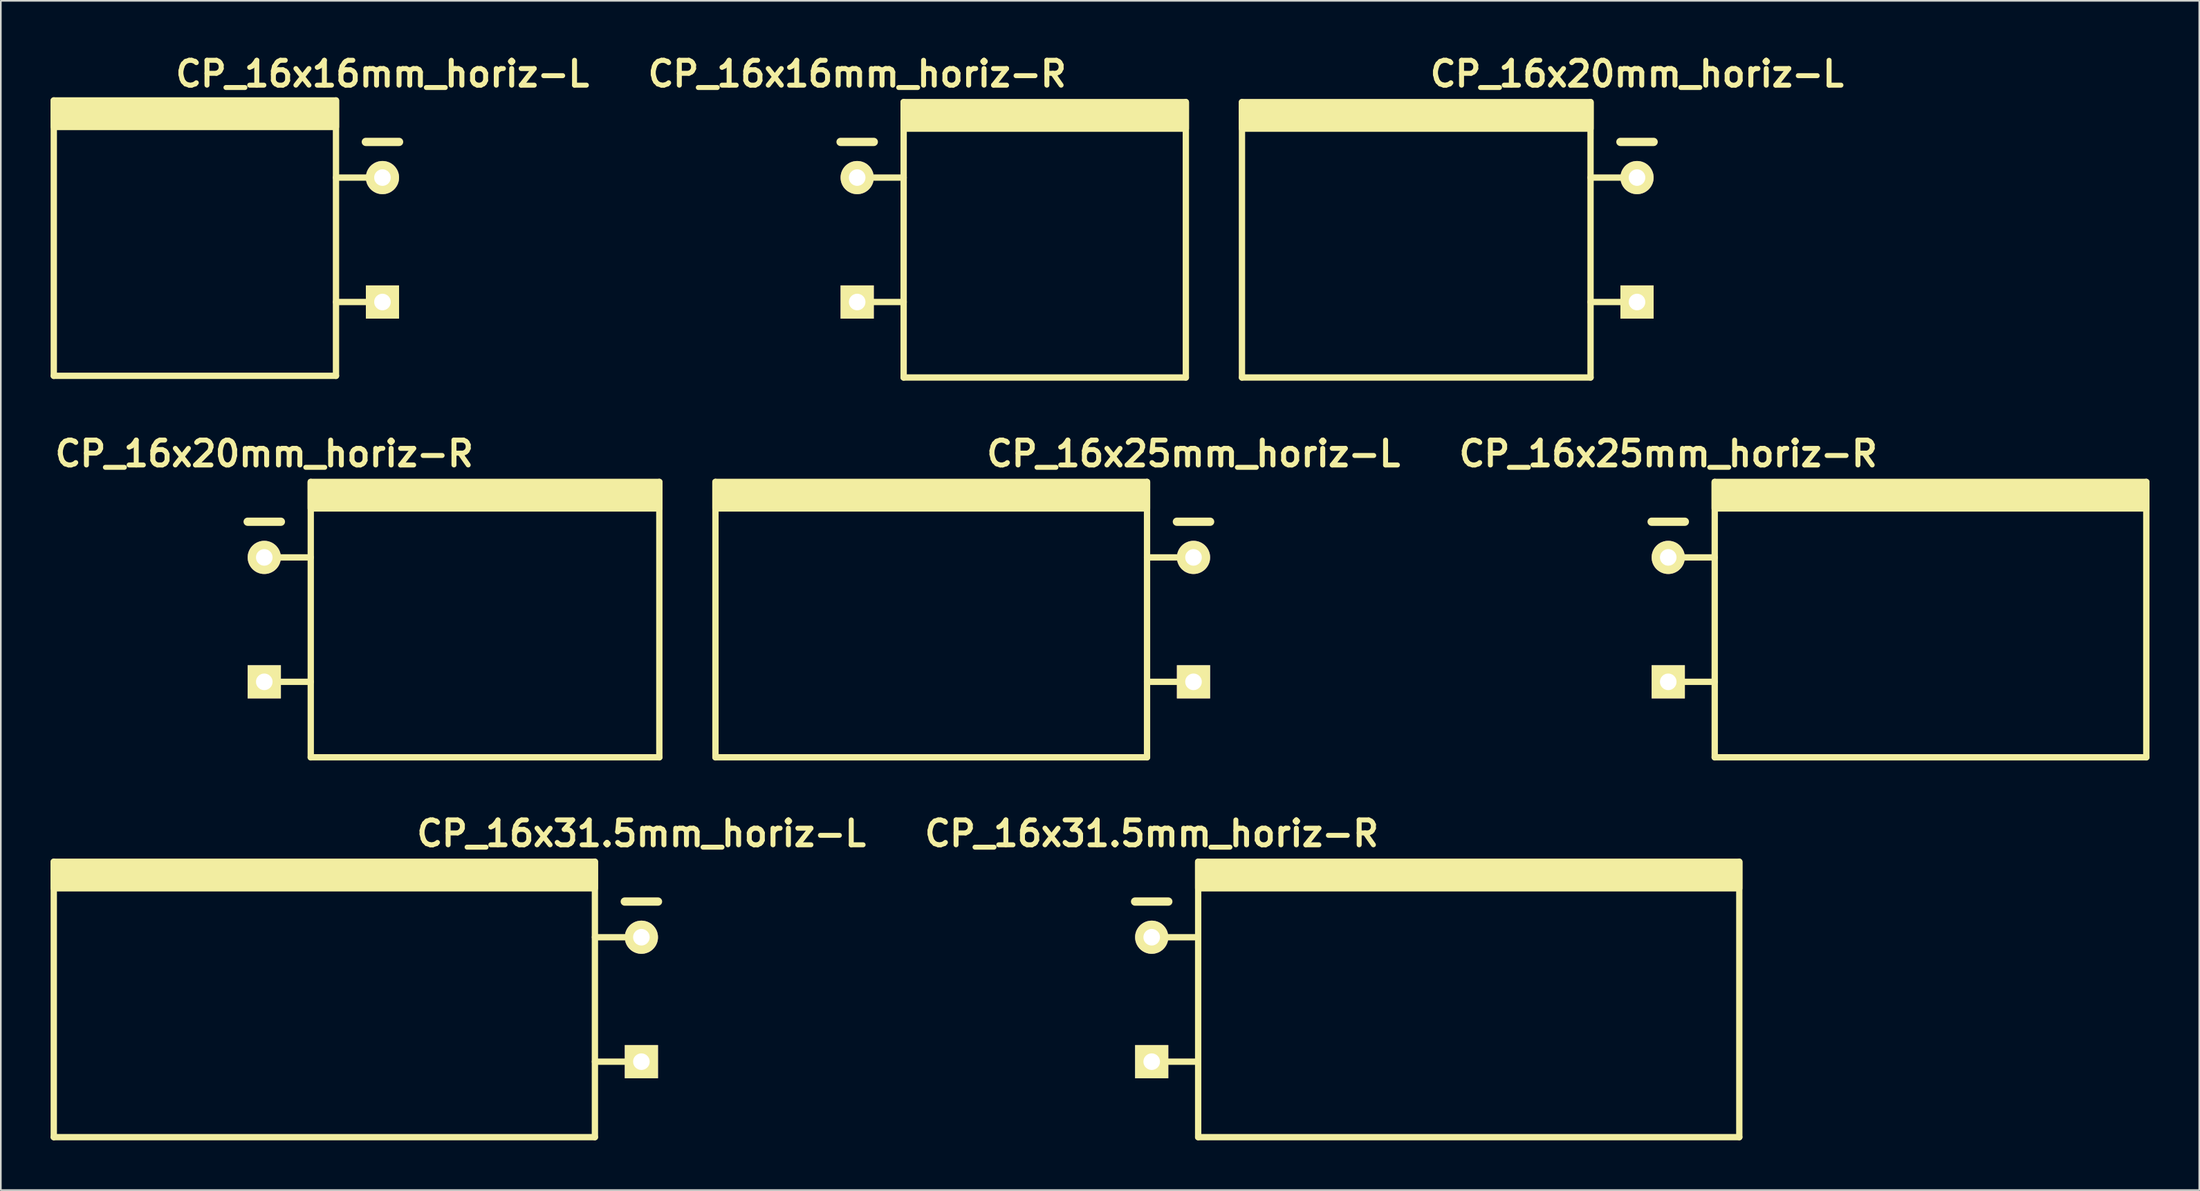
<source format=kicad_pcb>
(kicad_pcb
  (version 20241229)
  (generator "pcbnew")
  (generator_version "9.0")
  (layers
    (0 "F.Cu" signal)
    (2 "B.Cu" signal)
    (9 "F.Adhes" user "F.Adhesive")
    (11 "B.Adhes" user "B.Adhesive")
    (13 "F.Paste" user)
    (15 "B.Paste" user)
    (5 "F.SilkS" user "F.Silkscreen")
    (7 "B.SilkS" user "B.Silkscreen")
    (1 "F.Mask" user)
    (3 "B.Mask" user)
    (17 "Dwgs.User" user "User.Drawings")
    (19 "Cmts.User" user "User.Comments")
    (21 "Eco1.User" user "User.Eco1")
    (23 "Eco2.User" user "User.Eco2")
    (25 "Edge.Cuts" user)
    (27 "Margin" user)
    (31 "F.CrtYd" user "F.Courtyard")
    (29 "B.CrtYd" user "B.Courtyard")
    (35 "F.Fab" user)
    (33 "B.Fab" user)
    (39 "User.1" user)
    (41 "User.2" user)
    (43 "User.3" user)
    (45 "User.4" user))
  (footprint "CP_16x16mm_horiz-R"
    (layer "F.Cu")
    (at 48.59 11.404)
    (property "Reference" "CP_16x16mm_horiz-R" (at 0 -10 0) (layer "F.SilkS") (effects (font (size 1.5 1.5) (thickness 0.3))))
    (attr through_hole)
    (fp_line (start -1 -5.9) (end 1 -5.9) (stroke (width 0.5) (type solid)) (layer "F.SilkS"))
    (fp_line (start 0 -3.75) (end 2.8 -3.75) (stroke (width 0.381) (type solid)) (layer "F.SilkS"))
    (fp_line (start 0 3.75) (end 2.8 3.75) (stroke (width 0.381) (type solid)) (layer "F.SilkS"))
    (fp_line (start 2.8 8.3) (end 2.8 -8.3) (stroke (width 0.381) (type solid)) (layer "F.SilkS"))
    (fp_line (start 19.8 -8.3) (end 19.8 8.3) (stroke (width 0.381) (type solid)) (layer "F.SilkS"))
    (fp_line (start 19.8 8.3) (end 2.8 8.3) (stroke (width 0.381) (type solid)) (layer "F.SilkS"))
    (fp_poly (pts (xy 19.8 -6.7) (xy 2.8 -6.7) (xy 2.8 -8.3) (xy 19.8 -8.3)) (stroke (width 0.381) (type solid)) (fill yes) (layer "F.SilkS"))
    (pad "1" thru_hole rect (at 0 3.75) (size 2 2) (drill 1) (layers "*.Cu" "*.Mask" "F.SilkS"))
    (pad "2" thru_hole circle (at 0 -3.75) (size 2 2) (drill 1) (layers "*.Cu" "*.Mask" "F.SilkS")))
  (footprint "CP_16x25mm_horiz-R"
    (layer "F.Cu")
    (at 97.452 34.298)
    (property "Reference" "CP_16x25mm_horiz-R" (at 0 -10 0) (layer "F.SilkS") (effects (font (size 1.5 1.5) (thickness 0.3))))
    (attr through_hole)
    (fp_line (start -1 -5.9) (end 1 -5.9) (stroke (width 0.5) (type solid)) (layer "F.SilkS"))
    (fp_line (start 0 -3.75) (end 2.8 -3.75) (stroke (width 0.381) (type solid)) (layer "F.SilkS"))
    (fp_line (start 0 3.75) (end 2.8 3.75) (stroke (width 0.381) (type solid)) (layer "F.SilkS"))
    (fp_line (start 2.8 8.3) (end 2.8 -8.3) (stroke (width 0.381) (type solid)) (layer "F.SilkS"))
    (fp_line (start 28.8 -8.3) (end 28.8 8.3) (stroke (width 0.381) (type solid)) (layer "F.SilkS"))
    (fp_line (start 28.8 8.3) (end 2.8 8.3) (stroke (width 0.381) (type solid)) (layer "F.SilkS"))
    (fp_poly (pts (xy 28.8 -6.7) (xy 2.8 -6.7) (xy 2.8 -8.3) (xy 28.8 -8.3)) (stroke (width 0.381) (type solid)) (fill yes) (layer "F.SilkS"))
    (pad "1" thru_hole rect (at 0 3.75) (size 2 2) (drill 1) (layers "*.Cu" "*.Mask" "F.SilkS"))
    (pad "2" thru_hole circle (at 0 -3.75) (size 2 2) (drill 1) (layers "*.Cu" "*.Mask" "F.SilkS")))
  (footprint "CP_16x25mm_horiz-L"
    (layer "F.Cu")
    (at 68.852 34.298)
    (property "Reference" "CP_16x25mm_horiz-L" (at 0 -10 0) (layer "F.SilkS") (effects (font (size 1.5 1.5) (thickness 0.3))))
    (attr through_hole)
    (fp_line (start -28.8 8.3) (end -28.8 -8.3) (stroke (width 0.381) (type solid)) (layer "F.SilkS"))
    (fp_line (start -2.8 -8.3) (end -2.8 8.3) (stroke (width 0.381) (type solid)) (layer "F.SilkS"))
    (fp_line (start -2.8 -3.75) (end 0 -3.75) (stroke (width 0.381) (type solid)) (layer "F.SilkS"))
    (fp_line (start -2.8 3.75) (end 0 3.75) (stroke (width 0.381) (type solid)) (layer "F.SilkS"))
    (fp_line (start -2.8 8.3) (end -28.8 8.3) (stroke (width 0.381) (type solid)) (layer "F.SilkS"))
    (fp_line (start -1 -5.9) (end 1 -5.9) (stroke (width 0.5) (type solid)) (layer "F.SilkS"))
    (fp_poly (pts (xy -2.8 -6.7) (xy -28.8 -6.7) (xy -28.8 -8.3) (xy -2.8 -8.3)) (stroke (width 0.381) (type solid)) (fill yes) (layer "F.SilkS"))
    (pad "1" thru_hole rect (at 0 3.75) (size 2 2) (drill 1) (layers "*.Cu" "*.Mask" "F.SilkS"))
    (pad "2" thru_hole circle (at 0 -3.75) (size 2 2) (drill 1) (layers "*.Cu" "*.Mask" "F.SilkS")))
  (footprint "CP_16x20mm_horiz-L"
    (layer "F.Cu")
    (at 95.571 11.404)
    (property "Reference" "CP_16x20mm_horiz-L" (at 0 -10 0) (layer "F.SilkS") (effects (font (size 1.5 1.5) (thickness 0.3))))
    (attr through_hole)
    (fp_line (start -23.8 8.3) (end -23.8 -8.3) (stroke (width 0.381) (type solid)) (layer "F.SilkS"))
    (fp_line (start -2.8 -8.3) (end -2.8 8.3) (stroke (width 0.381) (type solid)) (layer "F.SilkS"))
    (fp_line (start -2.8 -3.75) (end 0 -3.75) (stroke (width 0.381) (type solid)) (layer "F.SilkS"))
    (fp_line (start -2.8 3.75) (end 0 3.75) (stroke (width 0.381) (type solid)) (layer "F.SilkS"))
    (fp_line (start -2.8 8.3) (end -23.8 8.3) (stroke (width 0.381) (type solid)) (layer "F.SilkS"))
    (fp_line (start -1 -5.9) (end 1 -5.9) (stroke (width 0.5) (type solid)) (layer "F.SilkS"))
    (fp_poly (pts (xy -2.8 -6.7) (xy -23.8 -6.7) (xy -23.8 -8.3) (xy -2.8 -8.3)) (stroke (width 0.381) (type solid)) (fill yes) (layer "F.SilkS"))
    (pad "1" thru_hole rect (at 0 3.75) (size 2 2) (drill 1) (layers "*.Cu" "*.Mask" "F.SilkS"))
    (pad "2" thru_hole circle (at 0 -3.75) (size 2 2) (drill 1) (layers "*.Cu" "*.Mask" "F.SilkS")))
  (footprint "CP_16x16mm_horiz-L"
    (layer "F.Cu")
    (at 19.991 11.404)
    (property "Reference" "CP_16x16mm_horiz-L" (at 0 -10 0) (layer "F.SilkS") (effects (font (size 1.5 1.5) (thickness 0.3))))
    (attr through_hole)
    (fp_line (start -19.8 8.2) (end -19.8 -8.4) (stroke (width 0.381) (type solid)) (layer "F.SilkS"))
    (fp_line (start -2.8 -8.4) (end -2.8 8.2) (stroke (width 0.381) (type solid)) (layer "F.SilkS"))
    (fp_line (start -2.8 -3.75) (end 0 -3.75) (stroke (width 0.381) (type solid)) (layer "F.SilkS"))
    (fp_line (start -2.8 3.75) (end 0 3.75) (stroke (width 0.381) (type solid)) (layer "F.SilkS"))
    (fp_line (start -2.8 8.2) (end -19.8 8.2) (stroke (width 0.381) (type solid)) (layer "F.SilkS"))
    (fp_line (start -1 -5.9) (end 1 -5.9) (stroke (width 0.5) (type solid)) (layer "F.SilkS"))
    (fp_poly (pts (xy -2.8 -6.8) (xy -19.8 -6.8) (xy -19.8 -8.4) (xy -2.8 -8.4)) (stroke (width 0.381) (type solid)) (fill yes) (layer "F.SilkS"))
    (pad "1" thru_hole rect (at 0 3.75) (size 2 2) (drill 1) (layers "*.Cu" "*.Mask" "F.SilkS"))
    (pad "2" thru_hole circle (at 0 -3.75) (size 2 2) (drill 1) (layers "*.Cu" "*.Mask" "F.SilkS")))
  (footprint "CP_16x31.5mm_horiz-L"
    (layer "F.Cu")
    (at 35.59 57.193)
    (property "Reference" "CP_16x31.5mm_horiz-L" (at 0 -10 0) (layer "F.SilkS") (effects (font (size 1.5 1.5) (thickness 0.3))))
    (attr through_hole)
    (fp_line (start -35.4 8.3) (end -35.4 -8.3) (stroke (width 0.381) (type solid)) (layer "F.SilkS"))
    (fp_line (start -2.8 -8.3) (end -2.8 8.3) (stroke (width 0.381) (type solid)) (layer "F.SilkS"))
    (fp_line (start -2.8 -3.75) (end 0 -3.75) (stroke (width 0.381) (type solid)) (layer "F.SilkS"))
    (fp_line (start -2.8 3.75) (end 0 3.75) (stroke (width 0.381) (type solid)) (layer "F.SilkS"))
    (fp_line (start -2.8 8.3) (end -35.4 8.3) (stroke (width 0.381) (type solid)) (layer "F.SilkS"))
    (fp_line (start -1 -5.9) (end 1 -5.9) (stroke (width 0.5) (type solid)) (layer "F.SilkS"))
    (fp_poly (pts (xy -2.8 -6.7) (xy -35.4 -6.7) (xy -35.4 -8.3) (xy -2.8 -8.3)) (stroke (width 0.381) (type solid)) (fill yes) (layer "F.SilkS"))
    (pad "1" thru_hole rect (at 0 3.75) (size 2 2) (drill 1) (layers "*.Cu" "*.Mask" "F.SilkS"))
    (pad "2" thru_hole circle (at 0 -3.75) (size 2 2) (drill 1) (layers "*.Cu" "*.Mask" "F.SilkS")))
  (footprint "CP_16x20mm_horiz-R"
    (layer "F.Cu")
    (at 12.871 34.298)
    (property "Reference" "CP_16x20mm_horiz-R" (at 0 -10 0) (layer "F.SilkS") (effects (font (size 1.5 1.5) (thickness 0.3))))
    (attr through_hole)
    (fp_line (start -1 -5.9) (end 1 -5.9) (stroke (width 0.5) (type solid)) (layer "F.SilkS"))
    (fp_line (start 0 -3.75) (end 2.8 -3.75) (stroke (width 0.381) (type solid)) (layer "F.SilkS"))
    (fp_line (start 0 3.75) (end 2.8 3.75) (stroke (width 0.381) (type solid)) (layer "F.SilkS"))
    (fp_line (start 2.8 8.3) (end 2.8 -8.3) (stroke (width 0.381) (type solid)) (layer "F.SilkS"))
    (fp_line (start 23.8 -8.3) (end 23.8 8.3) (stroke (width 0.381) (type solid)) (layer "F.SilkS"))
    (fp_line (start 23.8 8.3) (end 2.8 8.3) (stroke (width 0.381) (type solid)) (layer "F.SilkS"))
    (fp_poly (pts (xy 23.8 -6.7) (xy 2.8 -6.7) (xy 2.8 -8.3) (xy 23.8 -8.3)) (stroke (width 0.381) (type solid)) (fill yes) (layer "F.SilkS"))
    (pad "1" thru_hole rect (at 0 3.75) (size 2 2) (drill 1) (layers "*.Cu" "*.Mask" "F.SilkS"))
    (pad "2" thru_hole circle (at 0 -3.75) (size 2 2) (drill 1) (layers "*.Cu" "*.Mask" "F.SilkS")))
  (footprint "CP_16x31.5mm_horiz-R"
    (layer "F.Cu")
    (at 66.333 57.193)
    (property "Reference" "CP_16x31.5mm_horiz-R" (at 0 -10 0) (layer "F.SilkS") (effects (font (size 1.5 1.5) (thickness 0.3))))
    (attr through_hole)
    (fp_line (start -1 -5.9) (end 1 -5.9) (stroke (width 0.5) (type solid)) (layer "F.SilkS"))
    (fp_line (start 0 -3.75) (end 2.8 -3.75) (stroke (width 0.381) (type solid)) (layer "F.SilkS"))
    (fp_line (start 0 3.75) (end 2.8 3.75) (stroke (width 0.381) (type solid)) (layer "F.SilkS"))
    (fp_line (start 2.8 8.3) (end 2.8 -8.3) (stroke (width 0.381) (type solid)) (layer "F.SilkS"))
    (fp_line (start 35.4 -8.3) (end 35.4 8.3) (stroke (width 0.381) (type solid)) (layer "F.SilkS"))
    (fp_line (start 35.4 8.3) (end 2.8 8.3) (stroke (width 0.381) (type solid)) (layer "F.SilkS"))
    (fp_poly (pts (xy 35.4 -6.7) (xy 2.8 -6.7) (xy 2.8 -8.3) (xy 35.4 -8.3)) (stroke (width 0.381) (type solid)) (fill yes) (layer "F.SilkS"))
    (pad "1" thru_hole rect (at 0 3.75) (size 2 2) (drill 1) (layers "*.Cu" "*.Mask" "F.SilkS"))
    (pad "2" thru_hole circle (at 0 -3.75) (size 2 2) (drill 1) (layers "*.Cu" "*.Mask" "F.SilkS")))
  (gr_rect
    (start -3 -3)
    (end 129.443 68.683)
    (stroke (width 0.1) (type default))
    (fill no)
    (layer "Edge.Cuts")))
</source>
